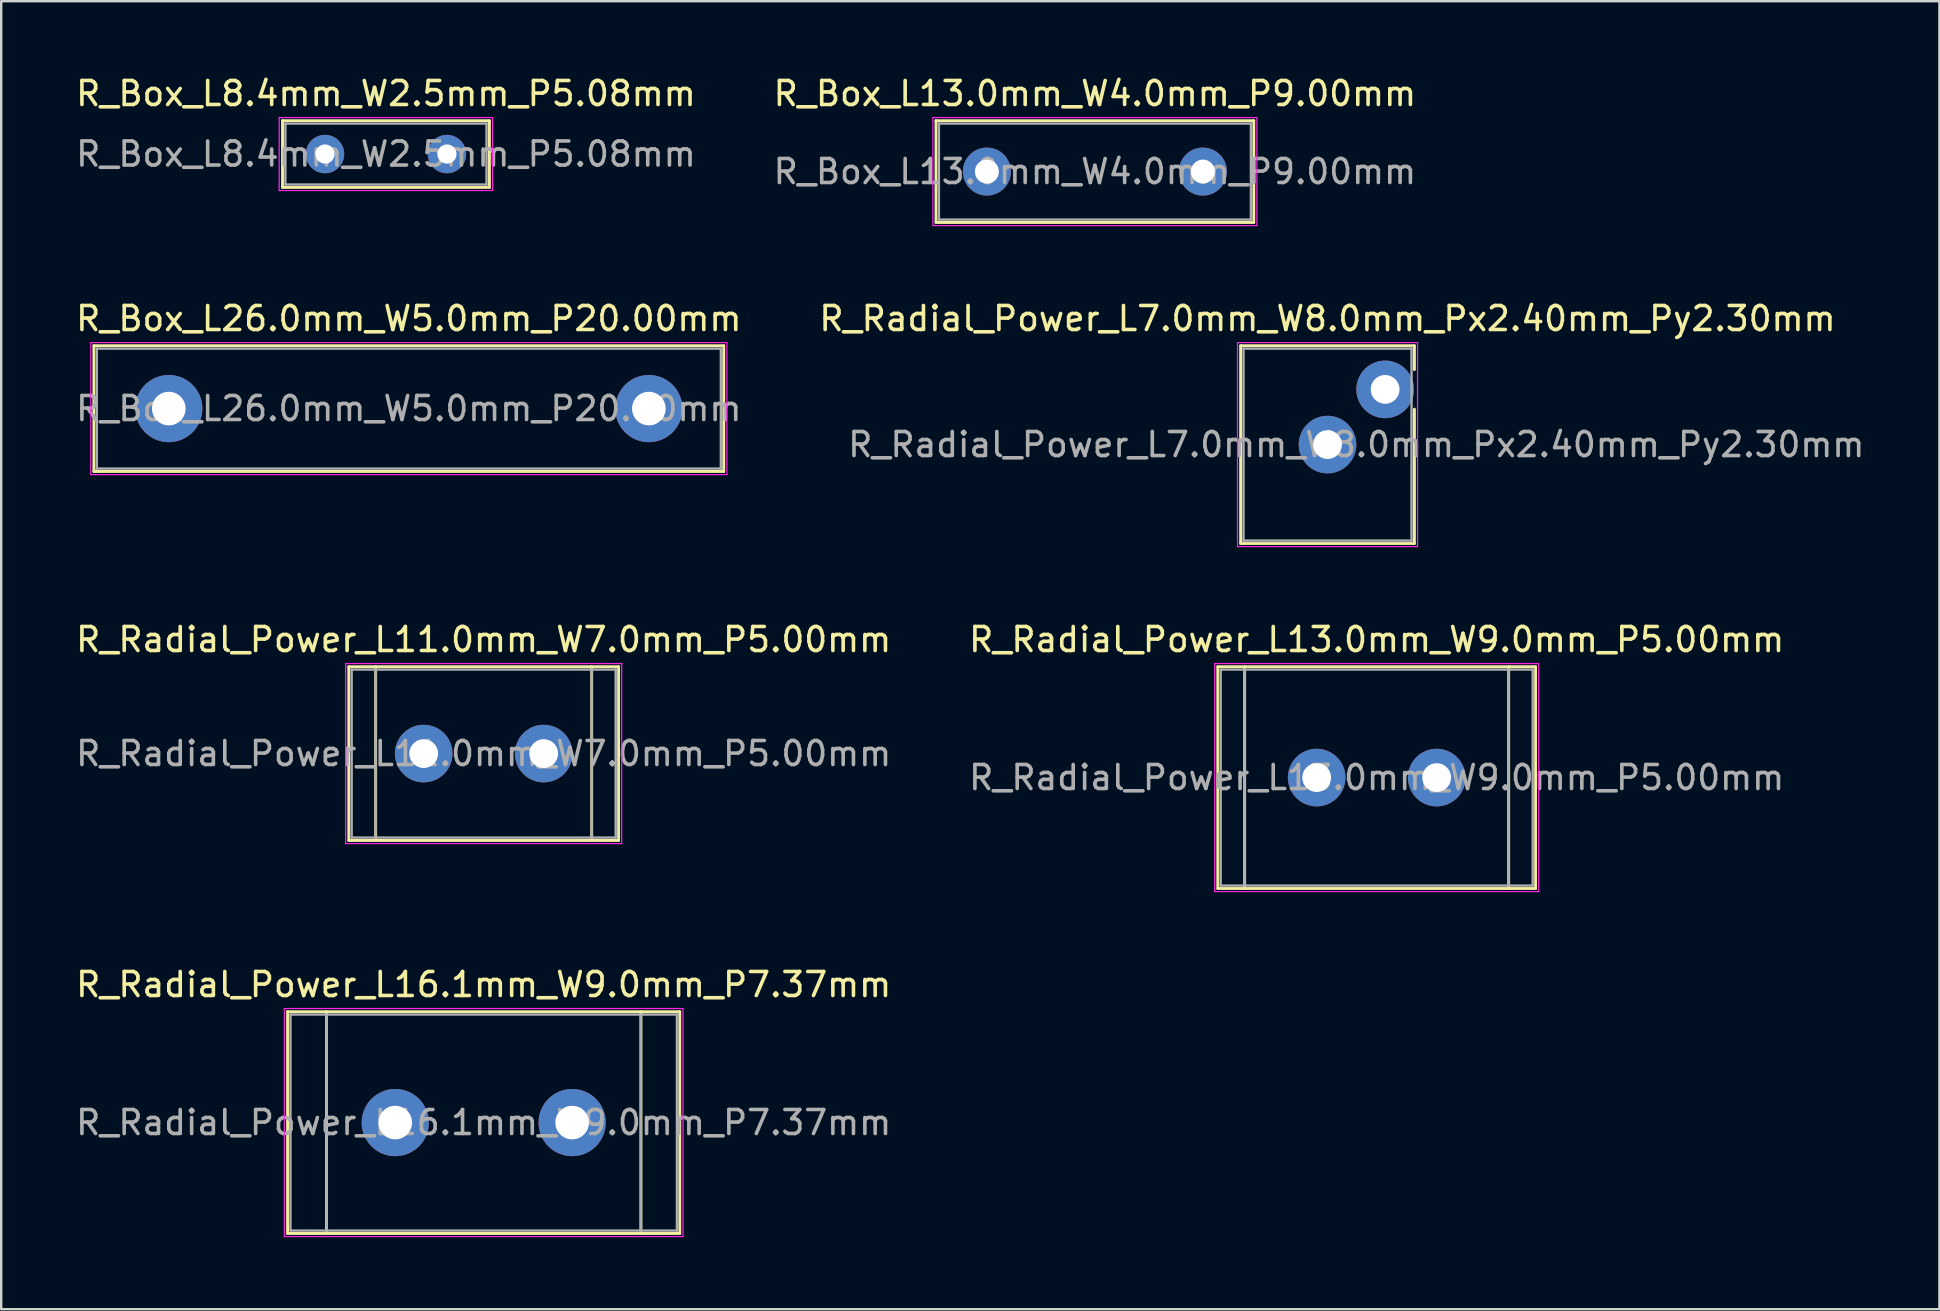
<source format=kicad_pcb>
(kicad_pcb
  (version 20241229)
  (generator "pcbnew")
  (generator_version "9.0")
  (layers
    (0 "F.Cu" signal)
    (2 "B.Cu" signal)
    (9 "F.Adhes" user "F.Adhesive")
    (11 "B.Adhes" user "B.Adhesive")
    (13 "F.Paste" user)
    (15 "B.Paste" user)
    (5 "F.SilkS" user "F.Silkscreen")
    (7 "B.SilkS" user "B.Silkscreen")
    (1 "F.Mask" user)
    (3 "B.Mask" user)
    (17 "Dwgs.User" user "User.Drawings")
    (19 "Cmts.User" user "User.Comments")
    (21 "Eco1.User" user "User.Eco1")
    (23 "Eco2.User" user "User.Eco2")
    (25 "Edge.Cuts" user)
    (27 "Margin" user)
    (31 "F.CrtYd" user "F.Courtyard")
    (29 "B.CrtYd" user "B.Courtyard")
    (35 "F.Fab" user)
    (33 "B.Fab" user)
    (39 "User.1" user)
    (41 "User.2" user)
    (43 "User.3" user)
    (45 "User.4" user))
  (footprint "R_Radial_Power_L11.0mm_W7.0mm_P5.00mm"
    (layer "F.Cu")
    (at 14.601 28.345)
    (property "Reference" "R_Radial_Power_L11.0mm_W7.0mm_P5.00mm" (at 2.5 -4.75 0) (layer "F.SilkS") (effects (font (size 1 1) (thickness 0.15))))
    (attr through_hole)
    (fp_line (start -3.12 -3.62) (end -3.12 3.62) (stroke (width 0.12) (type solid)) (layer "F.SilkS"))
    (fp_line (start -3.12 -3.62) (end 8.12 -3.62) (stroke (width 0.12) (type solid)) (layer "F.SilkS"))
    (fp_line (start -3.12 3.62) (end 8.12 3.62) (stroke (width 0.12) (type solid)) (layer "F.SilkS"))
    (fp_line (start -2 -3.62) (end -2 3.62) (stroke (width 0.12) (type solid)) (layer "F.SilkS"))
    (fp_line (start 7 -3.62) (end 7 3.62) (stroke (width 0.12) (type solid)) (layer "F.SilkS"))
    (fp_line (start 8.12 -3.62) (end 8.12 3.62) (stroke (width 0.12) (type solid)) (layer "F.SilkS"))
    (fp_line (start -3.25 -3.75) (end -3.25 3.75) (stroke (width 0.05) (type solid)) (layer "F.CrtYd"))
    (fp_line (start -3.25 3.75) (end 8.25 3.75) (stroke (width 0.05) (type solid)) (layer "F.CrtYd"))
    (fp_line (start 8.25 -3.75) (end -3.25 -3.75) (stroke (width 0.05) (type solid)) (layer "F.CrtYd"))
    (fp_line (start 8.25 3.75) (end 8.25 -3.75) (stroke (width 0.05) (type solid)) (layer "F.CrtYd"))
    (fp_line (start -3 -3.5) (end -3 3.5) (stroke (width 0.1) (type solid)) (layer "F.Fab"))
    (fp_line (start -3 3.5) (end 8 3.5) (stroke (width 0.1) (type solid)) (layer "F.Fab"))
    (fp_line (start -2 -3.5) (end -2 3.5) (stroke (width 0.1) (type solid)) (layer "F.Fab"))
    (fp_line (start 7 -3.5) (end 7 3.5) (stroke (width 0.1) (type solid)) (layer "F.Fab"))
    (fp_line (start 8 -3.5) (end -3 -3.5) (stroke (width 0.1) (type solid)) (layer "F.Fab"))
    (fp_line (start 8 3.5) (end 8 -3.5) (stroke (width 0.1) (type solid)) (layer "F.Fab"))
    (fp_text user "${REFERENCE}" (at 2.5 0 0) (layer "F.Fab") (effects (font (size 1 1) (thickness 0.15))))
    (pad "1" thru_hole circle (at 0 0) (size 2.4 2.4) (drill 1.2) (layers "*.Cu" "*.Mask"))
    (pad "2" thru_hole circle (at 5 0) (size 2.4 2.4) (drill 1.2) (layers "*.Cu" "*.Mask")))
  (footprint "R_Radial_Power_L16.1mm_W9.0mm_P7.37mm"
    (layer "F.Cu")
    (at 13.416 43.718)
    (property "Reference" "R_Radial_Power_L16.1mm_W9.0mm_P7.37mm" (at 3.685 -5.75 0) (layer "F.SilkS") (effects (font (size 1 1) (thickness 0.15))))
    (attr through_hole)
    (fp_line (start -4.485 -4.62) (end -4.485 4.62) (stroke (width 0.12) (type solid)) (layer "F.SilkS"))
    (fp_line (start -4.485 -4.62) (end 11.855 -4.62) (stroke (width 0.12) (type solid)) (layer "F.SilkS"))
    (fp_line (start -4.485 4.62) (end 11.855 4.62) (stroke (width 0.12) (type solid)) (layer "F.SilkS"))
    (fp_line (start -2.866 -4.62) (end -2.866 4.62) (stroke (width 0.12) (type solid)) (layer "F.SilkS"))
    (fp_line (start 10.236 -4.62) (end 10.236 4.62) (stroke (width 0.12) (type solid)) (layer "F.SilkS"))
    (fp_line (start 11.855 -4.62) (end 11.855 4.62) (stroke (width 0.12) (type solid)) (layer "F.SilkS"))
    (fp_line (start -4.62 -4.75) (end -4.62 4.75) (stroke (width 0.05) (type solid)) (layer "F.CrtYd"))
    (fp_line (start -4.62 4.75) (end 11.99 4.75) (stroke (width 0.05) (type solid)) (layer "F.CrtYd"))
    (fp_line (start 11.99 -4.75) (end -4.62 -4.75) (stroke (width 0.05) (type solid)) (layer "F.CrtYd"))
    (fp_line (start 11.99 4.75) (end 11.99 -4.75) (stroke (width 0.05) (type solid)) (layer "F.CrtYd"))
    (fp_line (start -4.365 -4.5) (end -4.365 4.5) (stroke (width 0.1) (type solid)) (layer "F.Fab"))
    (fp_line (start -4.365 4.5) (end 11.735 4.5) (stroke (width 0.1) (type solid)) (layer "F.Fab"))
    (fp_line (start -2.865 -4.5) (end -2.865 4.5) (stroke (width 0.1) (type solid)) (layer "F.Fab"))
    (fp_line (start 10.235 -4.5) (end 10.235 4.5) (stroke (width 0.1) (type solid)) (layer "F.Fab"))
    (fp_line (start 11.735 -4.5) (end -4.365 -4.5) (stroke (width 0.1) (type solid)) (layer "F.Fab"))
    (fp_line (start 11.735 4.5) (end 11.735 -4.5) (stroke (width 0.1) (type solid)) (layer "F.Fab"))
    (fp_text user "${REFERENCE}" (at 3.685 0 0) (layer "F.Fab") (effects (font (size 1 1) (thickness 0.15))))
    (pad "1" thru_hole circle (at 0 0) (size 2.8 2.8) (drill 1.4) (layers "*.Cu" "*.Mask"))
    (pad "2" thru_hole circle (at 7.37 0) (size 2.8 2.8) (drill 1.4) (layers "*.Cu" "*.Mask")))
  (footprint "R_Box_L26.0mm_W5.0mm_P20.00mm"
    (layer "F.Cu")
    (at 3.982 13.972)
    (property "Reference" "R_Box_L26.0mm_W5.0mm_P20.00mm" (at 10 -3.75 0) (layer "F.SilkS") (effects (font (size 1 1) (thickness 0.15))))
    (attr through_hole)
    (fp_line (start -3.12 -2.62) (end -3.12 2.62) (stroke (width 0.12) (type solid)) (layer "F.SilkS"))
    (fp_line (start -3.12 -2.62) (end 23.12 -2.62) (stroke (width 0.12) (type solid)) (layer "F.SilkS"))
    (fp_line (start -3.12 2.62) (end 23.12 2.62) (stroke (width 0.12) (type solid)) (layer "F.SilkS"))
    (fp_line (start 23.12 -2.62) (end 23.12 2.62) (stroke (width 0.12) (type solid)) (layer "F.SilkS"))
    (fp_line (start -3.25 -2.75) (end -3.25 2.75) (stroke (width 0.05) (type solid)) (layer "F.CrtYd"))
    (fp_line (start -3.25 2.75) (end 23.25 2.75) (stroke (width 0.05) (type solid)) (layer "F.CrtYd"))
    (fp_line (start 23.25 -2.75) (end -3.25 -2.75) (stroke (width 0.05) (type solid)) (layer "F.CrtYd"))
    (fp_line (start 23.25 2.75) (end 23.25 -2.75) (stroke (width 0.05) (type solid)) (layer "F.CrtYd"))
    (fp_line (start -3 -2.5) (end -3 2.5) (stroke (width 0.1) (type solid)) (layer "F.Fab"))
    (fp_line (start -3 2.5) (end 23 2.5) (stroke (width 0.1) (type solid)) (layer "F.Fab"))
    (fp_line (start 23 -2.5) (end -3 -2.5) (stroke (width 0.1) (type solid)) (layer "F.Fab"))
    (fp_line (start 23 2.5) (end 23 -2.5) (stroke (width 0.1) (type solid)) (layer "F.Fab"))
    (fp_text user "${REFERENCE}" (at 10 0 0) (layer "F.Fab") (effects (font (size 1 1) (thickness 0.15))))
    (pad "1" thru_hole circle (at 0 0) (size 2.8 2.8) (drill 1.4) (layers "*.Cu" "*.Mask"))
    (pad "2" thru_hole circle (at 20 0) (size 2.8 2.8) (drill 1.4) (layers "*.Cu" "*.Mask")))
  (footprint "R_Box_L13.0mm_W4.0mm_P9.00mm"
    (layer "F.Cu")
    (at 38.065 4.098)
    (property "Reference" "R_Box_L13.0mm_W4.0mm_P9.00mm" (at 4.5 -3.25 0) (layer "F.SilkS") (effects (font (size 1 1) (thickness 0.15))))
    (attr through_hole)
    (fp_line (start -2.12 -2.12) (end -2.12 2.12) (stroke (width 0.12) (type solid)) (layer "F.SilkS"))
    (fp_line (start -2.12 -2.12) (end 11.12 -2.12) (stroke (width 0.12) (type solid)) (layer "F.SilkS"))
    (fp_line (start -2.12 2.12) (end 11.12 2.12) (stroke (width 0.12) (type solid)) (layer "F.SilkS"))
    (fp_line (start 11.12 -2.12) (end 11.12 2.12) (stroke (width 0.12) (type solid)) (layer "F.SilkS"))
    (fp_line (start -2.25 -2.25) (end -2.25 2.25) (stroke (width 0.05) (type solid)) (layer "F.CrtYd"))
    (fp_line (start -2.25 2.25) (end 11.25 2.25) (stroke (width 0.05) (type solid)) (layer "F.CrtYd"))
    (fp_line (start 11.25 -2.25) (end -2.25 -2.25) (stroke (width 0.05) (type solid)) (layer "F.CrtYd"))
    (fp_line (start 11.25 2.25) (end 11.25 -2.25) (stroke (width 0.05) (type solid)) (layer "F.CrtYd"))
    (fp_line (start -2 -2) (end -2 2) (stroke (width 0.1) (type solid)) (layer "F.Fab"))
    (fp_line (start -2 2) (end 11 2) (stroke (width 0.1) (type solid)) (layer "F.Fab"))
    (fp_line (start 11 -2) (end -2 -2) (stroke (width 0.1) (type solid)) (layer "F.Fab"))
    (fp_line (start 11 2) (end 11 -2) (stroke (width 0.1) (type solid)) (layer "F.Fab"))
    (fp_text user "${REFERENCE}" (at 4.5 0 0) (layer "F.Fab") (effects (font (size 1 1) (thickness 0.15))))
    (pad "1" thru_hole circle (at 0 0) (size 2 2) (drill 1) (layers "*.Cu" "*.Mask"))
    (pad "2" thru_hole circle (at 9 0) (size 2 2) (drill 1) (layers "*.Cu" "*.Mask")))
  (footprint "R_Box_L8.4mm_W2.5mm_P5.08mm"
    (layer "F.Cu")
    (at 10.49 3.368)
    (property "Reference" "R_Box_L8.4mm_W2.5mm_P5.08mm" (at 2.54 -2.52 0) (layer "F.SilkS") (effects (font (size 1 1) (thickness 0.15))))
    (attr through_hole)
    (fp_line (start -1.77 -1.39) (end -1.77 1.39) (stroke (width 0.12) (type solid)) (layer "F.SilkS"))
    (fp_line (start -1.77 -1.39) (end 6.85 -1.39) (stroke (width 0.12) (type solid)) (layer "F.SilkS"))
    (fp_line (start -1.77 1.39) (end 6.85 1.39) (stroke (width 0.12) (type solid)) (layer "F.SilkS"))
    (fp_line (start 6.85 -1.39) (end 6.85 1.39) (stroke (width 0.12) (type solid)) (layer "F.SilkS"))
    (fp_line (start -1.91 -1.52) (end -1.91 1.52) (stroke (width 0.05) (type solid)) (layer "F.CrtYd"))
    (fp_line (start -1.91 1.52) (end 6.98 1.52) (stroke (width 0.05) (type solid)) (layer "F.CrtYd"))
    (fp_line (start 6.98 -1.52) (end -1.91 -1.52) (stroke (width 0.05) (type solid)) (layer "F.CrtYd"))
    (fp_line (start 6.98 1.52) (end 6.98 -1.52) (stroke (width 0.05) (type solid)) (layer "F.CrtYd"))
    (fp_line (start -1.65 -1.27) (end -1.65 1.27) (stroke (width 0.1) (type solid)) (layer "F.Fab"))
    (fp_line (start -1.65 1.27) (end 6.73 1.27) (stroke (width 0.1) (type solid)) (layer "F.Fab"))
    (fp_line (start 6.73 -1.27) (end -1.65 -1.27) (stroke (width 0.1) (type solid)) (layer "F.Fab"))
    (fp_line (start 6.73 1.27) (end 6.73 -1.27) (stroke (width 0.1) (type solid)) (layer "F.Fab"))
    (fp_text user "${REFERENCE}" (at 2.54 0 0) (layer "F.Fab") (effects (font (size 1 1) (thickness 0.15))))
    (pad "1" thru_hole circle (at 0 0) (size 1.6 1.6) (drill 0.8) (layers "*.Cu" "*.Mask"))
    (pad "2" thru_hole circle (at 5.08 0) (size 1.6 1.6) (drill 0.8) (layers "*.Cu" "*.Mask")))
  (footprint "R_Radial_Power_L7.0mm_W8.0mm_Px2.40mm_Py2.30mm"
    (layer "F.Cu")
    (at 52.256 15.472)
    (property "Reference" "R_Radial_Power_L7.0mm_W8.0mm_Px2.40mm_Py2.30mm" (at 0 -5.25 0) (layer "F.SilkS") (effects (font (size 1 1) (thickness 0.15))))
    (attr through_hole)
    (fp_line (start -3.62 -4.12) (end -3.62 4.12) (stroke (width 0.12) (type solid)) (layer "F.SilkS"))
    (fp_line (start -3.62 -4.12) (end 3.62 -4.12) (stroke (width 0.12) (type solid)) (layer "F.SilkS"))
    (fp_line (start -3.62 4.12) (end 3.62 4.12) (stroke (width 0.12) (type solid)) (layer "F.SilkS"))
    (fp_line (start 3.62 -4.12) (end 3.62 -3.125) (stroke (width 0.12) (type solid)) (layer "F.SilkS"))
    (fp_line (start 3.62 -1.475) (end 3.62 4.12) (stroke (width 0.12) (type solid)) (layer "F.SilkS"))
    (fp_line (start -3.75 -4.25) (end -3.75 4.25) (stroke (width 0.05) (type solid)) (layer "F.CrtYd"))
    (fp_line (start -3.75 4.25) (end 3.75 4.25) (stroke (width 0.05) (type solid)) (layer "F.CrtYd"))
    (fp_line (start 3.75 -4.25) (end -3.75 -4.25) (stroke (width 0.05) (type solid)) (layer "F.CrtYd"))
    (fp_line (start 3.75 4.25) (end 3.75 -4.25) (stroke (width 0.05) (type solid)) (layer "F.CrtYd"))
    (fp_line (start -3.5 -4) (end -3.5 4) (stroke (width 0.1) (type solid)) (layer "F.Fab"))
    (fp_line (start -3.5 4) (end 3.5 4) (stroke (width 0.1) (type solid)) (layer "F.Fab"))
    (fp_line (start 3.5 -4) (end -3.5 -4) (stroke (width 0.1) (type solid)) (layer "F.Fab"))
    (fp_line (start 3.5 4) (end 3.5 -4) (stroke (width 0.1) (type solid)) (layer "F.Fab"))
    (fp_text user "${REFERENCE}" (at 1.2 0 0) (layer "F.Fab") (effects (font (size 1 1) (thickness 0.15))))
    (pad "1" thru_hole circle (at 0 0) (size 2.4 2.4) (drill 1.2) (layers "*.Cu" "*.Mask"))
    (pad "2" thru_hole circle (at 2.4 -2.3) (size 2.4 2.4) (drill 1.2) (layers "*.Cu" "*.Mask")))
  (footprint "R_Radial_Power_L13.0mm_W9.0mm_P5.00mm"
    (layer "F.Cu")
    (at 51.804 29.345)
    (property "Reference" "R_Radial_Power_L13.0mm_W9.0mm_P5.00mm" (at 2.5 -5.75 0) (layer "F.SilkS") (effects (font (size 1 1) (thickness 0.15))))
    (attr through_hole)
    (fp_line (start -4.12 -4.62) (end -4.12 4.62) (stroke (width 0.12) (type solid)) (layer "F.SilkS"))
    (fp_line (start -4.12 -4.62) (end 9.12 -4.62) (stroke (width 0.12) (type solid)) (layer "F.SilkS"))
    (fp_line (start -4.12 4.62) (end 9.12 4.62) (stroke (width 0.12) (type solid)) (layer "F.SilkS"))
    (fp_line (start -3 -4.62) (end -3 4.62) (stroke (width 0.12) (type solid)) (layer "F.SilkS"))
    (fp_line (start 8 -4.62) (end 8 4.62) (stroke (width 0.12) (type solid)) (layer "F.SilkS"))
    (fp_line (start 9.12 -4.62) (end 9.12 4.62) (stroke (width 0.12) (type solid)) (layer "F.SilkS"))
    (fp_line (start -4.25 -4.75) (end -4.25 4.75) (stroke (width 0.05) (type solid)) (layer "F.CrtYd"))
    (fp_line (start -4.25 4.75) (end 9.25 4.75) (stroke (width 0.05) (type solid)) (layer "F.CrtYd"))
    (fp_line (start 9.25 -4.75) (end -4.25 -4.75) (stroke (width 0.05) (type solid)) (layer "F.CrtYd"))
    (fp_line (start 9.25 4.75) (end 9.25 -4.75) (stroke (width 0.05) (type solid)) (layer "F.CrtYd"))
    (fp_line (start -4 -4.5) (end -4 4.5) (stroke (width 0.1) (type solid)) (layer "F.Fab"))
    (fp_line (start -4 4.5) (end 9 4.5) (stroke (width 0.1) (type solid)) (layer "F.Fab"))
    (fp_line (start -3 -4.5) (end -3 4.5) (stroke (width 0.1) (type solid)) (layer "F.Fab"))
    (fp_line (start 8 -4.5) (end 8 4.5) (stroke (width 0.1) (type solid)) (layer "F.Fab"))
    (fp_line (start 9 -4.5) (end -4 -4.5) (stroke (width 0.1) (type solid)) (layer "F.Fab"))
    (fp_line (start 9 4.5) (end 9 -4.5) (stroke (width 0.1) (type solid)) (layer "F.Fab"))
    (fp_text user "${REFERENCE}" (at 2.5 0 0) (layer "F.Fab") (effects (font (size 1 1) (thickness 0.15))))
    (pad "1" thru_hole circle (at 0 0) (size 2.4 2.4) (drill 1.2) (layers "*.Cu" "*.Mask"))
    (pad "2" thru_hole circle (at 5 0) (size 2.4 2.4) (drill 1.2) (layers "*.Cu" "*.Mask")))
  (gr_rect
    (start -3 -3)
    (end 77.748 51.493)
    (stroke (width 0.1) (type default))
    (fill no)
    (layer "Edge.Cuts")))
</source>
